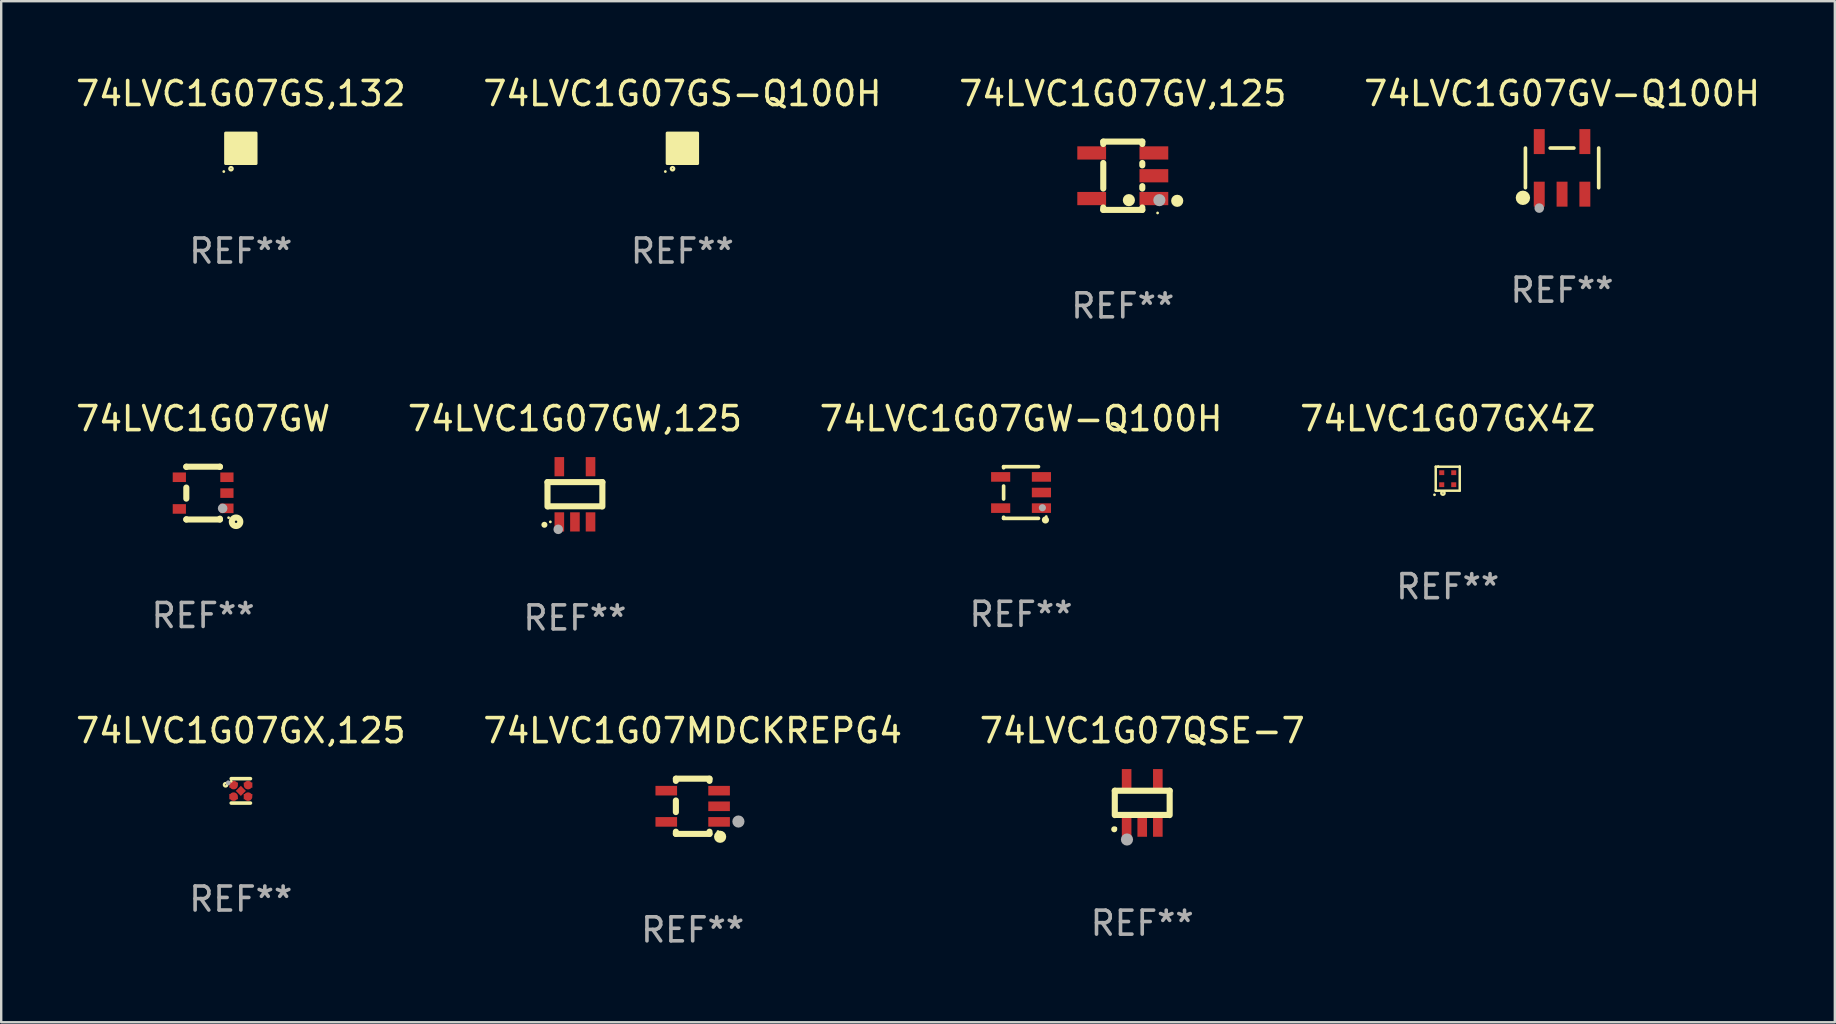
<source format=kicad_pcb>
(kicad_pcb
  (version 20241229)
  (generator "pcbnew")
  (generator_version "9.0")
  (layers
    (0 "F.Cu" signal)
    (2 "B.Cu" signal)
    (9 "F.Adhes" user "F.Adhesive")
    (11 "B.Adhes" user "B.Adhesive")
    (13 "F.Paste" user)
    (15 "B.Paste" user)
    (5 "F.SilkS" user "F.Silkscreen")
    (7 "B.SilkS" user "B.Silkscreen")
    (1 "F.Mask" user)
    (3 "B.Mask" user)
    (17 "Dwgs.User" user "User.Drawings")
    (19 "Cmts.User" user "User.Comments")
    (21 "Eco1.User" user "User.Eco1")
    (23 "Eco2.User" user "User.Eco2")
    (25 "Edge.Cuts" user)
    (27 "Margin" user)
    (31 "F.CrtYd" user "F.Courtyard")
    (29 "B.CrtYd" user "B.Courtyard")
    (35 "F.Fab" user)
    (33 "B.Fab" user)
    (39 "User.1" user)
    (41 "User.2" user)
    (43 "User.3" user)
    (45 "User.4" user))
  (footprint "74LVC1G07MDCKREPG4"
    (layer "F.Cu")
    (at 25.804 30.536)
    (property "Reference" "74LVC1G07MDCKREPG4" (at 0 -3.15 0) (layer "F.SilkS") (effects (font (size 1 1) (thickness 0.15))))
    (attr through_hole)
    (fp_line (start -0.7 -1.15) (end 0.7 -1.15) (stroke (width 0.254) (type solid)) (layer "F.SilkS"))
    (fp_line (start -0.7 -1.058) (end -0.7 -1.15) (stroke (width 0.254) (type solid)) (layer "F.SilkS"))
    (fp_line (start -0.7 0.242) (end -0.7 -0.242) (stroke (width 0.254) (type solid)) (layer "F.SilkS"))
    (fp_line (start -0.7 1.15) (end -0.7 1.058) (stroke (width 0.254) (type solid)) (layer "F.SilkS"))
    (fp_line (start -0.7 1.15) (end 0.7 1.15) (stroke (width 0.254) (type solid)) (layer "F.SilkS"))
    (fp_line (start 0.7 -1.058) (end 0.7 -1.15) (stroke (width 0.254) (type solid)) (layer "F.SilkS"))
    (fp_line (start 0.7 1.15) (end 0.7 1.058) (stroke (width 0.254) (type solid)) (layer "F.SilkS"))
    (fp_circle (center 1.053 1.052) (end 1.083 1.052) (stroke (width 0.06) (type solid)) (fill no) (layer "F.SilkS"))
    (fp_circle (center 1.143 1.27) (end 1.27 1.27) (stroke (width 0.254) (type solid)) (fill no) (layer "F.SilkS"))
    (fp_circle (center 1.905 0.635) (end 2.032 0.635) (stroke (width 0.254) (type solid)) (fill no) (layer "F.Fab"))
    (fp_text user "REF**" (at 0 5.15 0) (layer "F.Fab") (effects (font (size 1 1) (thickness 0.15))))
    (pad "1" smd rect (at 1.1 0.65 90) (size 0.4 0.9) (layers "F.Cu" "F.Mask" "F.Paste"))
    (pad "2" smd rect (at 1.1 0.000076 90) (size 0.4 0.9) (layers "F.Cu" "F.Mask" "F.Paste"))
    (pad "3" smd rect (at 1.1 -0.65 90) (size 0.4 0.9) (layers "F.Cu" "F.Mask" "F.Paste"))
    (pad "4" smd rect (at -1.1 -0.65 90) (size 0.4 0.9) (layers "F.Cu" "F.Mask" "F.Paste"))
    (pad "5" smd rect (at -1.1 0.65 90) (size 0.4 0.9) (layers "F.Cu" "F.Mask" "F.Paste")))
  (footprint "74LVC1G07GX,125"
    (layer "F.Cu")
    (at 6.982 29.894)
    (property "Reference" "74LVC1G07GX,125" (at 0 -2.508 0) (layer "F.SilkS") (effects (font (size 1 1) (thickness 0.15))))
    (attr through_hole)
    (fp_line (start 0.4 -0.508) (end -0.4 -0.508) (stroke (width 0.15) (type solid)) (layer "F.SilkS"))
    (fp_line (start 0.4 0.508) (end -0.4 0.508) (stroke (width 0.15) (type solid)) (layer "F.SilkS"))
    (fp_circle (center -0.635 -0.254) (end -0.615 -0.254) (stroke (width 0.1) (type solid)) (fill no) (layer "F.SilkS"))
    (fp_circle (center -0.401 -0.4) (end -0.371 -0.4) (stroke (width 0.06) (type solid)) (fill no) (layer "F.SilkS"))
    (fp_circle (center -0.523 -0.337) (end -0.473 -0.337) (stroke (width 0.1) (type solid)) (fill no) (layer "F.Fab"))
    (fp_text user "REF**" (at 0 4.508 0) (layer "F.Fab") (effects (font (size 1 1) (thickness 0.15))))
    (pad "1" smd custom (at -0.3 -0.24) (size 0.36 0.22) (layers "F.Cu" "F.Mask" "F.Paste") (options (anchor circle)) (primitives (gr_poly (pts (xy -0.18 -0.11) (xy -0.18 0.11) (xy 0.000127 0.11) (xy 0.18 -0.03) (xy 0.18 -0.11) (xy -0.18 -0.11)) (width 0) (fill yes))))
    (pad "2" smd custom (at -0.3 0.24) (size 0.36 0.22) (layers "F.Cu" "F.Mask" "F.Paste") (options (anchor circle)) (primitives (gr_poly (pts (xy -0.18 0.11) (xy -0.18 -0.11) (xy 0.000127 -0.11) (xy 0.18 0.03) (xy 0.18 0.11) (xy -0.18 0.11)) (width 0) (fill yes))))
    (pad "3" smd rect (at 0.000102 -0.000127 45) (size 0.3 0.3) (layers "F.Cu" "F.Mask" "F.Paste"))
    (pad "4" smd custom (at 0.3 0.24 180) (size 0.36 0.22) (layers "F.Cu" "F.Mask" "F.Paste") (options (anchor circle)) (primitives (gr_poly (pts (xy 0.18 0.11) (xy 0.18 -0.11) (xy -0.000178 -0.11) (xy -0.18 0.03) (xy -0.18 0.11) (xy 0.18 0.11)) (width 0) (fill yes))))
    (pad "5" smd custom (at 0.3 -0.24) (size 0.36 0.22) (layers "F.Cu" "F.Mask" "F.Paste") (options (anchor circle)) (primitives (gr_poly (pts (xy 0.18 -0.11) (xy 0.18 0.11) (xy -0.000152 0.11) (xy -0.18 -0.03) (xy -0.18 -0.11) (xy 0.18 -0.11)) (width 0) (fill yes)))))
  (footprint "74LVC1G07GW-Q100H"
    (layer "F.Cu")
    (at 39.482 17.466)
    (property "Reference" "74LVC1G07GW-Q100H" (at 0 -3.076 0) (layer "F.SilkS") (effects (font (size 1 1) (thickness 0.15))))
    (attr through_hole)
    (fp_line (start -0.726 -1.03) (end -0.726 -1.076) (stroke (width 0.152) (type solid)) (layer "F.SilkS"))
    (fp_line (start -0.726 0.27) (end -0.726 -0.27) (stroke (width 0.152) (type solid)) (layer "F.SilkS"))
    (fp_line (start -0.726 1.076) (end -0.726 1.03) (stroke (width 0.152) (type solid)) (layer "F.SilkS"))
    (fp_line (start 0.726 -1.076) (end -0.726 -1.076) (stroke (width 0.152) (type solid)) (layer "F.SilkS"))
    (fp_line (start 0.726 1.076) (end -0.726 1.076) (stroke (width 0.152) (type solid)) (layer "F.SilkS"))
    (fp_circle (center 1.016 1.143) (end 1.091 1.143) (stroke (width 0.15) (type solid)) (fill no) (layer "F.SilkS"))
    (fp_circle (center 1.05 1) (end 1.08 1) (stroke (width 0.06) (type solid)) (fill no) (layer "F.SilkS"))
    (fp_circle (center 0.889 0.635) (end 0.964 0.635) (stroke (width 0.15) (type solid)) (fill no) (layer "F.Fab"))
    (fp_text user "REF**" (at 0 5.076 0) (layer "F.Fab") (effects (font (size 1 1) (thickness 0.15))))
    (pad "1" smd rect (at 0.849 0.65 90) (size 0.4 0.798) (layers "F.Cu" "F.Mask" "F.Paste"))
    (pad "2" smd rect (at 0.849 0 90) (size 0.4 0.798) (layers "F.Cu" "F.Mask" "F.Paste"))
    (pad "3" smd rect (at 0.849 -0.65 90) (size 0.4 0.798) (layers "F.Cu" "F.Mask" "F.Paste"))
    (pad "4" smd rect (at -0.849 -0.65 90) (size 0.4 0.798) (layers "F.Cu" "F.Mask" "F.Paste"))
    (pad "5" smd rect (at -0.849 0.65 90) (size 0.4 0.798) (layers "F.Cu" "F.Mask" "F.Paste")))
  (footprint "74LVC1G07GV-Q100H"
    (layer "F.Cu")
    (at 62.018 3.943)
    (property "Reference" "74LVC1G07GV-Q100H" (at 0 -3.095 0) (layer "F.SilkS") (effects (font (size 1 1) (thickness 0.15))))
    (attr through_hole)
    (fp_line (start -1.526 0.826) (end -1.526 -0.826) (stroke (width 0.152) (type solid)) (layer "F.SilkS"))
    (fp_line (start 0.494 -0.826) (end -0.494 -0.826) (stroke (width 0.152) (type solid)) (layer "F.SilkS"))
    (fp_line (start 1.526 0.826) (end 1.526 -0.826) (stroke (width 0.152) (type solid)) (layer "F.SilkS"))
    (fp_circle (center -1.63 1.247) (end -1.48 1.247) (stroke (width 0.3) (type solid)) (fill no) (layer "F.SilkS"))
    (fp_circle (center -1.45 1.375) (end -1.42 1.375) (stroke (width 0.06) (type solid)) (fill no) (layer "F.SilkS"))
    (fp_circle (center -0.95 1.675) (end -0.85 1.675) (stroke (width 0.2) (type solid)) (fill no) (layer "F.Fab"))
    (fp_text user "REF**" (at 0 5.095 0) (layer "F.Fab") (effects (font (size 1 1) (thickness 0.15))))
    (pad "1" smd rect (at -0.95 1.095) (size 0.455 1.04) (layers "F.Cu" "F.Mask" "F.Paste"))
    (pad "2" smd rect (at 0 1.095) (size 0.455 1.04) (layers "F.Cu" "F.Mask" "F.Paste"))
    (pad "3" smd rect (at 0.95 1.095) (size 0.455 1.04) (layers "F.Cu" "F.Mask" "F.Paste"))
    (pad "4" smd rect (at 0.95 -1.095) (size 0.455 1.04) (layers "F.Cu" "F.Mask" "F.Paste"))
    (pad "5" smd rect (at -0.95 -1.095) (size 0.455 1.04) (layers "F.Cu" "F.Mask" "F.Paste")))
  (footprint "74LVC1G07GW"
    (layer "F.Cu")
    (at 5.411 17.49)
    (property "Reference" "74LVC1G07GW" (at 0 -3.1 0) (layer "F.SilkS") (effects (font (size 1 1) (thickness 0.15))))
    (attr through_hole)
    (fp_line (start -0.7 -1.1) (end 0.7 -1.1) (stroke (width 0.254) (type solid)) (layer "F.SilkS"))
    (fp_line (start -0.7 -1.09) (end -0.7 -1.1) (stroke (width 0.254) (type solid)) (layer "F.SilkS"))
    (fp_line (start -0.7 0.23) (end -0.7 -0.23) (stroke (width 0.254) (type solid)) (layer "F.SilkS"))
    (fp_line (start -0.7 1.1) (end -0.7 1.09) (stroke (width 0.254) (type solid)) (layer "F.SilkS"))
    (fp_line (start -0.7 1.1) (end 0.7 1.1) (stroke (width 0.254) (type solid)) (layer "F.SilkS"))
    (fp_line (start 0.7 -1.09) (end 0.7 -1.1) (stroke (width 0.254) (type solid)) (layer "F.SilkS"))
    (fp_line (start 0.7 1.1) (end 0.7 1.065) (stroke (width 0.254) (type solid)) (layer "F.SilkS"))
    (fp_circle (center 1.062 1.025) (end 1.092 1.025) (stroke (width 0.06) (type solid)) (fill no) (layer "F.SilkS"))
    (fp_circle (center 1.372 1.194) (end 1.422 1.194) (stroke (width 0.254) (type solid)) (fill no) (layer "F.SilkS"))
    (fp_circle (center 0.813 0.635) (end 0.913 0.635) (stroke (width 0.2) (type solid)) (fill no) (layer "F.Fab"))
    (fp_text user "REF**" (at 0 5.1 0) (layer "F.Fab") (effects (font (size 1 1) (thickness 0.15))))
    (pad "1" smd rect (at 0.991 0.635 270) (size 0.399 0.551) (layers "F.Cu" "F.Mask" "F.Paste"))
    (pad "2" smd rect (at 0.991 0.000051 270) (size 0.399 0.551) (layers "F.Cu" "F.Mask" "F.Paste"))
    (pad "3" smd rect (at 0.991 -0.66 270) (size 0.399 0.551) (layers "F.Cu" "F.Mask" "F.Paste"))
    (pad "4" smd rect (at -0.991 -0.66 270) (size 0.399 0.551) (layers "F.Cu" "F.Mask" "F.Paste"))
    (pad "5" smd rect (at -0.991 0.66 270) (size 0.399 0.551) (layers "F.Cu" "F.Mask" "F.Paste")))
  (footprint "74LVC1G07GV,125"
    (layer "F.Cu")
    (at 43.72 4.271)
    (property "Reference" "74LVC1G07GV,125" (at 0 -3.422 0) (layer "F.SilkS") (effects (font (size 1 1) (thickness 0.15))))
    (attr through_hole)
    (fp_line (start -0.813 -1.422) (end 0.813 -1.422) (stroke (width 0.254) (type solid)) (layer "F.SilkS"))
    (fp_line (start -0.813 -1.321) (end -0.813 -1.422) (stroke (width 0.254) (type solid)) (layer "F.SilkS"))
    (fp_line (start -0.813 0.533) (end -0.813 -0.533) (stroke (width 0.254) (type solid)) (layer "F.SilkS"))
    (fp_line (start -0.813 1.422) (end -0.813 1.321) (stroke (width 0.254) (type solid)) (layer "F.SilkS"))
    (fp_line (start 0.813 -1.422) (end 0.813 -1.321) (stroke (width 0.254) (type solid)) (layer "F.SilkS"))
    (fp_line (start 0.813 -0.533) (end 0.813 -0.432) (stroke (width 0.254) (type solid)) (layer "F.SilkS"))
    (fp_line (start 0.813 0.432) (end 0.813 0.533) (stroke (width 0.254) (type solid)) (layer "F.SilkS"))
    (fp_line (start 0.813 1.321) (end 0.813 1.422) (stroke (width 0.254) (type solid)) (layer "F.SilkS"))
    (fp_line (start 0.813 1.422) (end -0.813 1.422) (stroke (width 0.254) (type solid)) (layer "F.SilkS"))
    (fp_circle (center 0.254 1.016) (end 0.381 1.016) (stroke (width 0.254) (type solid)) (fill no) (layer "F.SilkS"))
    (fp_circle (center 1.45 1.55) (end 1.48 1.55) (stroke (width 0.06) (type solid)) (fill no) (layer "F.SilkS"))
    (fp_circle (center 2.267 1.044) (end 2.394 1.044) (stroke (width 0.254) (type solid)) (fill no) (layer "F.SilkS"))
    (fp_circle (center 1.524 1.016) (end 1.651 1.016) (stroke (width 0.254) (type solid)) (fill no) (layer "F.Fab"))
    (fp_text user "REF**" (at 0 5.422 0) (layer "F.Fab") (effects (font (size 1 1) (thickness 0.15))))
    (pad "1" smd rect (at 1.295 0.95 90) (size 0.551 1.199) (layers "F.Cu" "F.Mask" "F.Paste"))
    (pad "2" smd rect (at 1.295 0 90) (size 0.551 1.199) (layers "F.Cu" "F.Mask" "F.Paste"))
    (pad "3" smd rect (at 1.295 -0.95 90) (size 0.551 1.199) (layers "F.Cu" "F.Mask" "F.Paste"))
    (pad "4" smd rect (at -1.295 -0.95 90) (size 0.551 1.199) (layers "F.Cu" "F.Mask" "F.Paste"))
    (pad "5" smd rect (at -1.295 0.95 90) (size 0.551 1.199) (layers "F.Cu" "F.Mask" "F.Paste")))
  (footprint "74LVC1G07GS,132"
    (layer "F.Cu")
    (at 6.982 3.128)
    (property "Reference" "74LVC1G07GS,132" (at 0 -2.28 0) (layer "F.SilkS") (effects (font (size 1 1) (thickness 0.15))))
    (attr through_hole)
    (fp_circle (center -0.71 0.968) (end -0.68 0.968) (stroke (width 0.06) (type solid)) (fill no) (layer "F.SilkS"))
    (fp_circle (center -0.41 0.85) (end -0.342 0.85) (stroke (width 0.1) (type solid)) (fill no) (layer "F.SilkS"))
    (fp_poly (pts (xy -0.635 -0.635) (xy 0.635 -0.635) (xy 0.635 0.635) (xy -0.635 0.635)) (stroke (width 0.12) (type solid)) (fill yes) (layer "F.SilkS"))
    (fp_text user "REF**" (at 0 4.28 0) (layer "F.Fab") (effects (font (size 1 1) (thickness 0.15))))
    (pad "1" smd rect (at -0.35 0.28 90) (size 0.35 0.2) (layers "F.Cu" "F.Mask" "F.Paste"))
    (pad "2" smd rect (at 0 0.28 90) (size 0.35 0.2) (layers "F.Cu" "F.Mask" "F.Paste"))
    (pad "3" smd rect (at 0.35 0.28 90) (size 0.35 0.2) (layers "F.Cu" "F.Mask" "F.Paste"))
    (pad "4" smd rect (at 0.35 -0.28 90) (size 0.35 0.2) (layers "F.Cu" "F.Mask" "F.Paste"))
    (pad "5" smd rect (at 0 -0.28 90) (size 0.35 0.2) (layers "F.Cu" "F.Mask" "F.Paste"))
    (pad "6" smd rect (at -0.35 -0.28 90) (size 0.35 0.2) (layers "F.Cu" "F.Mask" "F.Paste")))
  (footprint "74LVC1G07GW,125"
    (layer "F.Cu")
    (at 20.899 17.54)
    (property "Reference" "74LVC1G07GW,125" (at 0 -3.15 0) (layer "F.SilkS") (effects (font (size 1 1) (thickness 0.15))))
    (attr through_hole)
    (fp_line (start -1.143 -0.508) (end -1.143 0.508) (stroke (width 0.254) (type solid)) (layer "F.SilkS"))
    (fp_line (start -1.1 0.5) (end 1.1 0.5) (stroke (width 0.254) (type solid)) (layer "F.SilkS"))
    (fp_line (start 1.143 -0.508) (end -1.143 -0.508) (stroke (width 0.254) (type solid)) (layer "F.SilkS"))
    (fp_line (start 1.143 0.508) (end 1.143 -0.508) (stroke (width 0.254) (type solid)) (layer "F.SilkS"))
    (fp_arc (start -1.272543 1.26999) (mid -1.271273 1.269983) (end -1.270003 1.26999) (stroke (width 0.24892) (type solid)) (layer "F.SilkS"))
    (fp_circle (center -1.024 1.149) (end -0.994 1.149) (stroke (width 0.06) (type solid)) (fill no) (layer "F.SilkS"))
    (fp_circle (center -0.695 1.459) (end -0.595 1.459) (stroke (width 0.2) (type solid)) (fill no) (layer "F.Fab"))
    (fp_text user "REF**" (at 0 5.15 0) (layer "F.Fab") (effects (font (size 1 1) (thickness 0.15))))
    (pad "1" smd rect (at -0.65 1.15) (size 0.4 0.8) (layers "F.Cu" "F.Mask" "F.Paste"))
    (pad "2" smd rect (at 0 1.15) (size 0.4 0.8) (layers "F.Cu" "F.Mask" "F.Paste"))
    (pad "3" smd rect (at 0.65 1.15) (size 0.4 0.8) (layers "F.Cu" "F.Mask" "F.Paste"))
    (pad "4" smd rect (at 0.65 -1.15) (size 0.4 0.8) (layers "F.Cu" "F.Mask" "F.Paste"))
    (pad "5" smd rect (at -0.65 -1.15) (size 0.4 0.8) (layers "F.Cu" "F.Mask" "F.Paste")))
  (footprint "74LVC1G07GS-Q100H"
    (layer "F.Cu")
    (at 25.375 3.128)
    (property "Reference" "74LVC1G07GS-Q100H" (at 0 -2.28 0) (layer "F.SilkS") (effects (font (size 1 1) (thickness 0.15))))
    (attr through_hole)
    (fp_circle (center -0.71 0.968) (end -0.68 0.968) (stroke (width 0.06) (type solid)) (fill no) (layer "F.SilkS"))
    (fp_circle (center -0.41 0.85) (end -0.342 0.85) (stroke (width 0.1) (type solid)) (fill no) (layer "F.SilkS"))
    (fp_poly (pts (xy -0.635 -0.635) (xy 0.635 -0.635) (xy 0.635 0.635) (xy -0.635 0.635)) (stroke (width 0.12) (type solid)) (fill yes) (layer "F.SilkS"))
    (fp_text user "REF**" (at 0 4.28 0) (layer "F.Fab") (effects (font (size 1 1) (thickness 0.15))))
    (pad "1" smd rect (at -0.35 0.28 90) (size 0.35 0.2) (layers "F.Cu" "F.Mask" "F.Paste"))
    (pad "2" smd rect (at 0 0.28 90) (size 0.35 0.2) (layers "F.Cu" "F.Mask" "F.Paste"))
    (pad "3" smd rect (at 0.35 0.28 90) (size 0.35 0.2) (layers "F.Cu" "F.Mask" "F.Paste"))
    (pad "4" smd rect (at 0.35 -0.28 90) (size 0.35 0.2) (layers "F.Cu" "F.Mask" "F.Paste"))
    (pad "5" smd rect (at 0 -0.28 90) (size 0.35 0.2) (layers "F.Cu" "F.Mask" "F.Paste"))
    (pad "6" smd rect (at -0.35 -0.28 90) (size 0.35 0.2) (layers "F.Cu" "F.Mask" "F.Paste")))
  (footprint "74LVC1G07GX4Z"
    (layer "F.Cu")
    (at 57.256 16.89)
    (property "Reference" "74LVC1G07GX4Z" (at 0 -2.5 0) (layer "F.SilkS") (effects (font (size 1 1) (thickness 0.15))))
    (attr through_hole)
    (fp_line (start -0.5 -0.5) (end -0.399 -0.5) (stroke (width 0.102) (type solid)) (layer "F.SilkS"))
    (fp_line (start -0.5 0.5) (end -0.5 -0.5) (stroke (width 0.102) (type solid)) (layer "F.SilkS"))
    (fp_line (start -0.399 -0.5) (end -0.399 -0.5) (stroke (width 0.102) (type solid)) (layer "F.SilkS"))
    (fp_line (start -0.399 -0.5) (end 0.5 -0.5) (stroke (width 0.102) (type solid)) (layer "F.SilkS"))
    (fp_line (start 0.5 -0.5) (end 0.5 -0.5) (stroke (width 0.102) (type solid)) (layer "F.SilkS"))
    (fp_line (start 0.5 -0.5) (end 0.5 0.5) (stroke (width 0.102) (type solid)) (layer "F.SilkS"))
    (fp_line (start 0.5 0.5) (end -0.5 0.5) (stroke (width 0.102) (type solid)) (layer "F.SilkS"))
    (fp_circle (center -0.551 0.67) (end -0.521 0.67) (stroke (width 0.06) (type solid)) (fill no) (layer "F.SilkS"))
    (fp_circle (center -0.2 0.6) (end -0.18 0.6) (stroke (width 0.1) (type solid)) (fill no) (layer "F.SilkS"))
    (fp_text user "REF**" (at 0 4.5 0) (layer "F.Fab") (effects (font (size 1 1) (thickness 0.15))))
    (pad "1" smd rect (at -0.25 0.25 90) (size 0.2 0.21) (layers "F.Cu" "F.Mask" "F.Paste"))
    (pad "2" smd rect (at 0.25 0.25 90) (size 0.2 0.21) (layers "F.Cu" "F.Mask" "F.Paste"))
    (pad "3" smd rect (at 0.25 -0.25 90) (size 0.2 0.21) (layers "F.Cu" "F.Mask" "F.Paste"))
    (pad "4" smd rect (at -0.25 -0.25 90) (size 0.2 0.21) (layers "F.Cu" "F.Mask" "F.Paste")))
  (footprint "74LVC1G07QSE-7"
    (layer "F.Cu")
    (at 44.53 30.396)
    (property "Reference" "74LVC1G07QSE-7" (at 0 -3.01 0) (layer "F.SilkS") (effects (font (size 1 1) (thickness 0.15))))
    (attr through_hole)
    (fp_line (start -1.143 -0.508) (end -1.143 0.508) (stroke (width 0.254) (type solid)) (layer "F.SilkS"))
    (fp_line (start -1.1 0.5) (end 1.1 0.5) (stroke (width 0.254) (type solid)) (layer "F.SilkS"))
    (fp_line (start 1.143 -0.508) (end -1.143 -0.508) (stroke (width 0.254) (type solid)) (layer "F.SilkS"))
    (fp_line (start 1.143 0.508) (end 1.143 -0.508) (stroke (width 0.254) (type solid)) (layer "F.SilkS"))
    (fp_arc (start -1.167717 1.098095) (mid -1.166447 1.098088) (end -1.165177 1.098095) (stroke (width 0.24892) (type solid)) (layer "F.SilkS"))
    (fp_circle (center -1.1 1.05) (end -1.07 1.05) (stroke (width 0.06) (type solid)) (fill no) (layer "F.SilkS"))
    (fp_circle (center -0.635 1.524) (end -0.508 1.524) (stroke (width 0.254) (type solid)) (fill no) (layer "F.Fab"))
    (fp_text user "REF**" (at 0 5.01 0) (layer "F.Fab") (effects (font (size 1 1) (thickness 0.15))))
    (pad "1" smd rect (at -0.65 1.01 180) (size 0.4 0.8) (layers "F.Cu" "F.Mask" "F.Paste"))
    (pad "2" smd rect (at 0 1.01 180) (size 0.4 0.8) (layers "F.Cu" "F.Mask" "F.Paste"))
    (pad "3" smd rect (at 0.65 1.01 180) (size 0.4 0.8) (layers "F.Cu" "F.Mask" "F.Paste"))
    (pad "4" smd rect (at 0.65 -1.01 180) (size 0.4 0.8) (layers "F.Cu" "F.Mask" "F.Paste"))
    (pad "5" smd rect (at -0.65 -1.01 180) (size 0.4 0.8) (layers "F.Cu" "F.Mask" "F.Paste")))
  (gr_rect
    (start -3 -3)
    (end 73.381 39.534)
    (stroke (width 0.1) (type default))
    (fill no)
    (layer "Edge.Cuts")))
</source>
